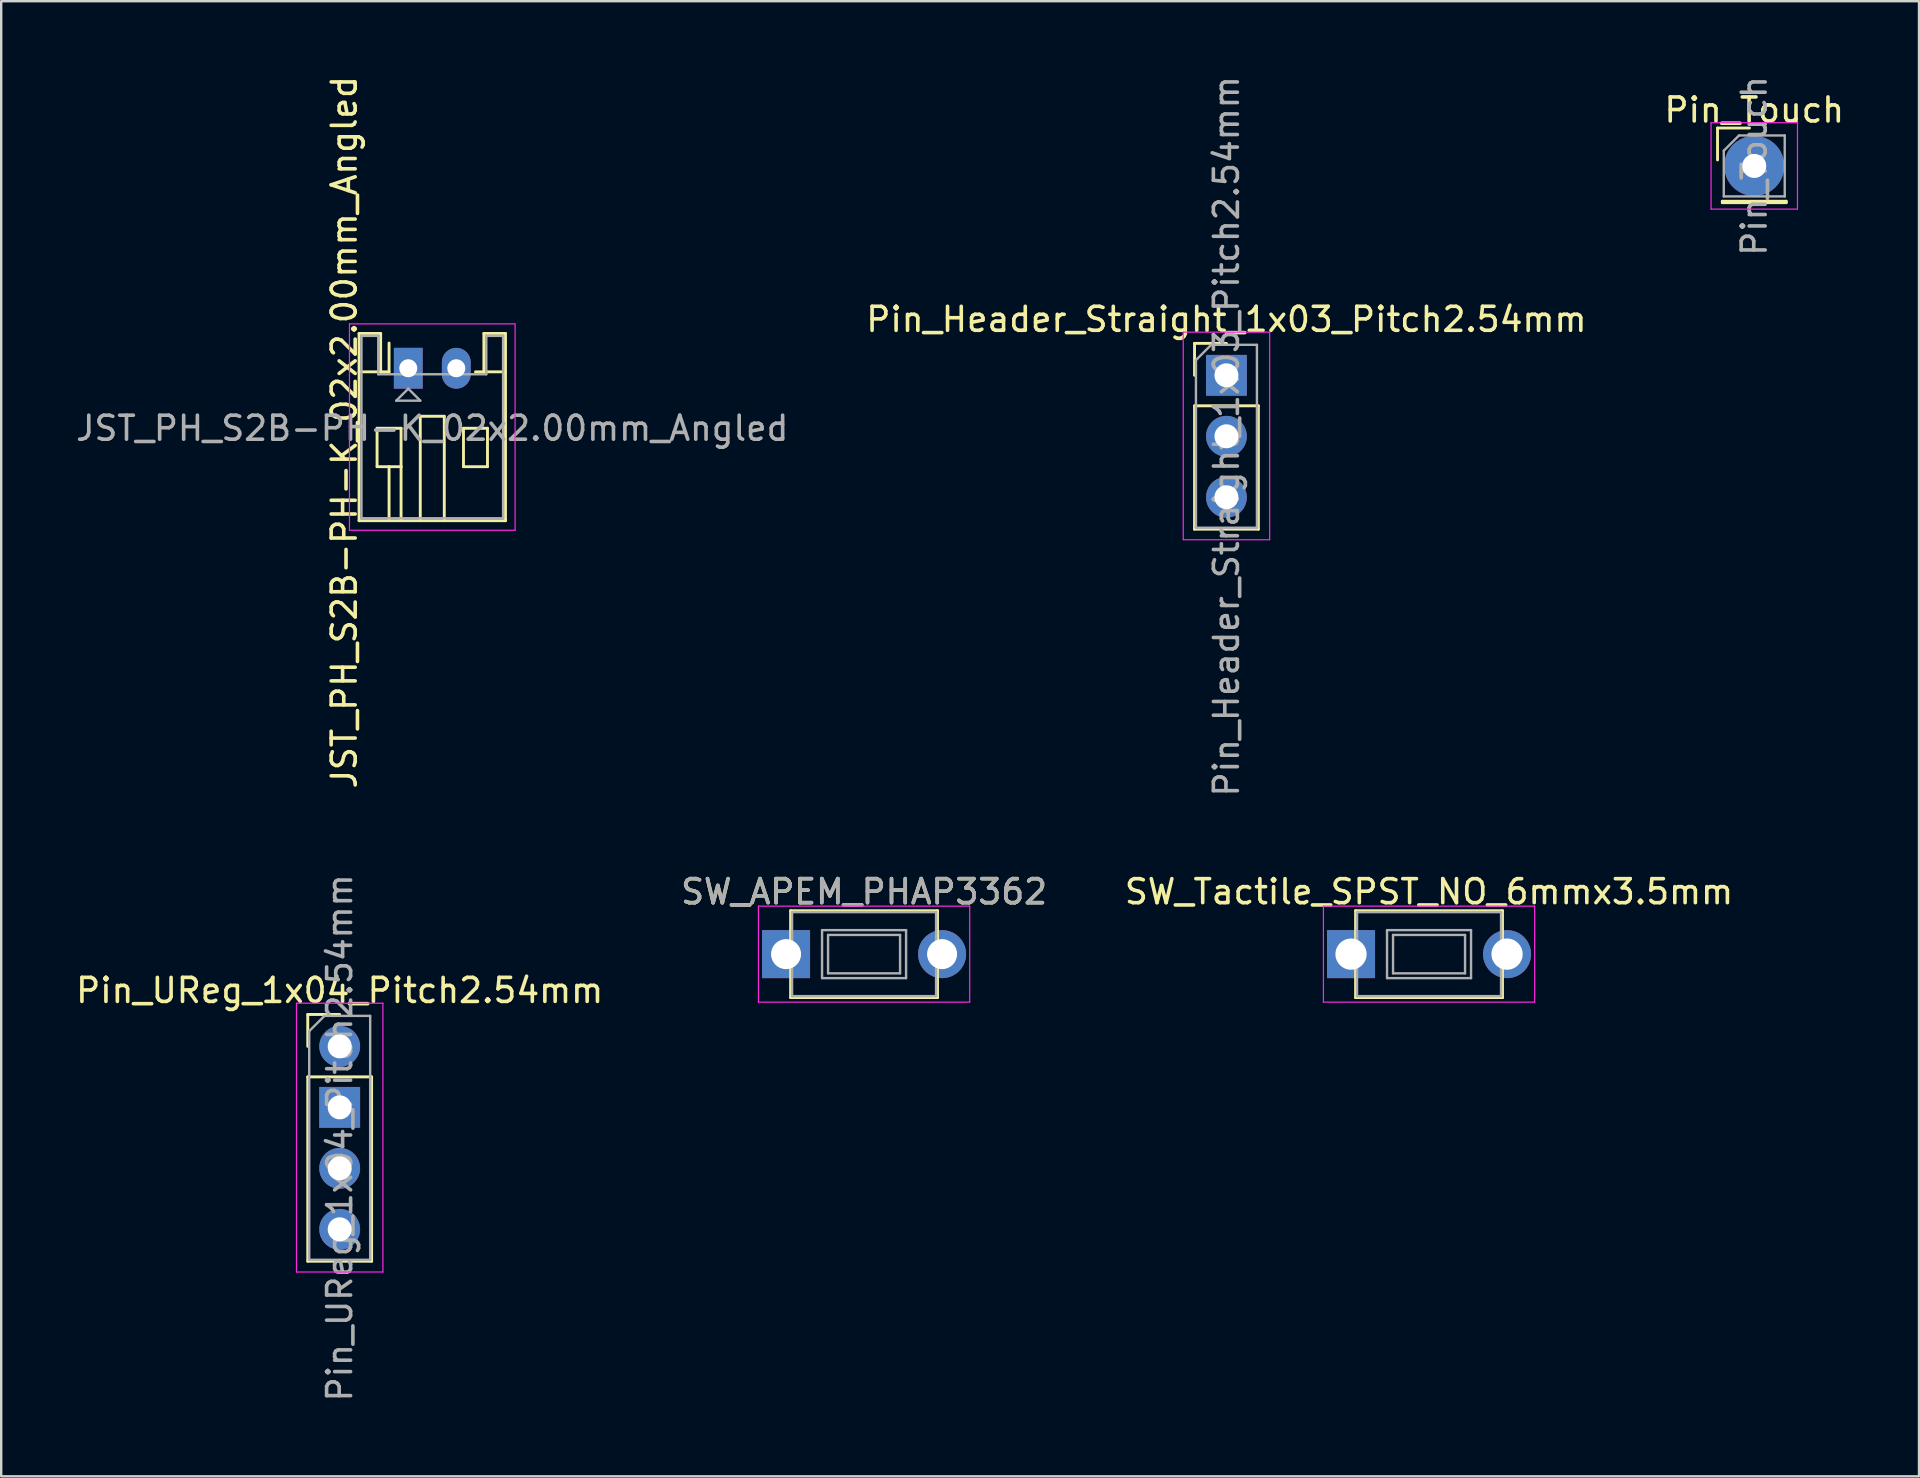
<source format=kicad_pcb>
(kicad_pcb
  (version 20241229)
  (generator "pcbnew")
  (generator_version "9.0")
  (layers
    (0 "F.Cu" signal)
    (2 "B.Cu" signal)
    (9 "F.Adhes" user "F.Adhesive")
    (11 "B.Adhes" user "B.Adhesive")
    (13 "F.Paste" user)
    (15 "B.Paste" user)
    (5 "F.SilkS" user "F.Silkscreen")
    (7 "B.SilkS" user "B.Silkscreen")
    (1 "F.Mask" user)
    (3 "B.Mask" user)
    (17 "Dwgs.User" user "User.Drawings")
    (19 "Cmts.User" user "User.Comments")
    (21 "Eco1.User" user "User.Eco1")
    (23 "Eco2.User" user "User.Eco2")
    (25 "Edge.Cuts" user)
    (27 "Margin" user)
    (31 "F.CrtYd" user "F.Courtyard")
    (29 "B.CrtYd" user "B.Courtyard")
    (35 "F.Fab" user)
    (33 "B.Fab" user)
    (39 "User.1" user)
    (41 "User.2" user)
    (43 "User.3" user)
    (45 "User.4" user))
  (footprint "SW_APEM_PHAP3362"
    (layer "F.Cu")
    (at 32.946 36.698)
    (property "Reference" "SW_APEM_PHAP3362" (at 0 -2.6 0) (layer "F.SilkS") (effects (font (size 1 1) (thickness 0.15))))
    (attr smd)
    (fp_line (start -3.06 -1.81) (end 3.06 -1.81) (stroke (width 0.12) (type solid)) (layer "F.SilkS"))
    (fp_line (start -3.06 1.81) (end -3.06 -1.81) (stroke (width 0.12) (type solid)) (layer "F.SilkS"))
    (fp_line (start 3.06 -1.81) (end 3.06 1.81) (stroke (width 0.12) (type solid)) (layer "F.SilkS"))
    (fp_line (start 3.06 1.81) (end -3.06 1.81) (stroke (width 0.12) (type solid)) (layer "F.SilkS"))
    (fp_line (start -4.4 -2) (end -4.4 2) (stroke (width 0.05) (type solid)) (layer "F.CrtYd"))
    (fp_line (start -4.4 -2) (end 4.4 -2) (stroke (width 0.05) (type solid)) (layer "F.CrtYd"))
    (fp_line (start -4.4 2) (end 4.4 2) (stroke (width 0.05) (type solid)) (layer "F.CrtYd"))
    (fp_line (start 4.4 -2) (end 4.4 2) (stroke (width 0.05) (type solid)) (layer "F.CrtYd"))
    (fp_line (start -3 -1.75) (end -3 1.75) (stroke (width 0.1) (type solid)) (layer "F.Fab"))
    (fp_line (start -3 -1.75) (end 3 -1.75) (stroke (width 0.1) (type solid)) (layer "F.Fab"))
    (fp_line (start -3 1.75) (end 3 1.75) (stroke (width 0.1) (type solid)) (layer "F.Fab"))
    (fp_line (start -1.75 -1) (end 1.75 -1) (stroke (width 0.1) (type solid)) (layer "F.Fab"))
    (fp_line (start -1.75 1) (end -1.75 -1) (stroke (width 0.1) (type solid)) (layer "F.Fab"))
    (fp_line (start -1.5 -0.8) (end -1.5 0.8) (stroke (width 0.1) (type solid)) (layer "F.Fab"))
    (fp_line (start -1.5 -0.8) (end 1.5 -0.8) (stroke (width 0.1) (type solid)) (layer "F.Fab"))
    (fp_line (start -1.5 0.8) (end 1.5 0.8) (stroke (width 0.1) (type solid)) (layer "F.Fab"))
    (fp_line (start 1.5 -0.8) (end 1.5 0.8) (stroke (width 0.1) (type solid)) (layer "F.Fab"))
    (fp_line (start 1.75 -1) (end 1.75 1) (stroke (width 0.1) (type solid)) (layer "F.Fab"))
    (fp_line (start 1.75 1) (end -1.75 1) (stroke (width 0.1) (type solid)) (layer "F.Fab"))
    (fp_line (start 3 -1.75) (end 3 1.75) (stroke (width 0.1) (type solid)) (layer "F.Fab"))
    (fp_text user "${REFERENCE}" (at 0 -2.6 0) (layer "F.Fab") (effects (font (size 1 1) (thickness 0.15))))
    (pad "1" thru_hole rect (at -3.25 0) (size 2 2) (drill 1.25) (layers "*.Cu" "*.Mask"))
    (pad "2" thru_hole circle (at 3.25 0) (size 2 2) (drill 1.25) (layers "*.Cu" "*.Mask")))
  (footprint "Pin_UReg_1x04_Pitch2.54mm"
    (layer "F.Cu")
    (at 11.101 40.541)
    (property "Reference" "Pin_UReg_1x04_Pitch2.54mm" (at 0 -2.33 0) (layer "F.SilkS") (effects (font (size 1 1) (thickness 0.15))))
    (attr through_hole)
    (fp_line (start -1.33 -1.33) (end 0 -1.33) (stroke (width 0.12) (type solid)) (layer "F.SilkS"))
    (fp_line (start -1.33 0) (end -1.33 -1.33) (stroke (width 0.12) (type solid)) (layer "F.SilkS"))
    (fp_line (start -1.33 1.27) (end -1.33 8.95) (stroke (width 0.12) (type solid)) (layer "F.SilkS"))
    (fp_line (start -1.33 1.27) (end 1.33 1.27) (stroke (width 0.12) (type solid)) (layer "F.SilkS"))
    (fp_line (start -1.33 8.95) (end 1.33 8.95) (stroke (width 0.12) (type solid)) (layer "F.SilkS"))
    (fp_line (start 1.33 1.27) (end 1.33 8.95) (stroke (width 0.12) (type solid)) (layer "F.SilkS"))
    (fp_line (start -1.8 -1.8) (end -1.8 9.4) (stroke (width 0.05) (type solid)) (layer "F.CrtYd"))
    (fp_line (start -1.8 9.4) (end 1.8 9.4) (stroke (width 0.05) (type solid)) (layer "F.CrtYd"))
    (fp_line (start 1.8 -1.8) (end -1.8 -1.8) (stroke (width 0.05) (type solid)) (layer "F.CrtYd"))
    (fp_line (start 1.8 9.4) (end 1.8 -1.8) (stroke (width 0.05) (type solid)) (layer "F.CrtYd"))
    (fp_line (start -1.27 -0.635) (end -0.635 -1.27) (stroke (width 0.1) (type solid)) (layer "F.Fab"))
    (fp_line (start -1.27 8.89) (end -1.27 -0.635) (stroke (width 0.1) (type solid)) (layer "F.Fab"))
    (fp_line (start -0.635 -1.27) (end 1.27 -1.27) (stroke (width 0.1) (type solid)) (layer "F.Fab"))
    (fp_line (start 1.27 -1.27) (end 1.27 8.89) (stroke (width 0.1) (type solid)) (layer "F.Fab"))
    (fp_line (start 1.27 8.89) (end -1.27 8.89) (stroke (width 0.1) (type solid)) (layer "F.Fab"))
    (fp_text user "${REFERENCE}" (at 0 3.81 90) (layer "F.Fab") (effects (font (size 1 1) (thickness 0.15))))
    (pad "1" thru_hole oval (at 0 0) (size 1.7 1.7) (drill 1) (layers "*.Cu" "*.Mask"))
    (pad "2" thru_hole rect (at 0 2.54) (size 1.7 1.7) (drill 1) (layers "*.Cu" "*.Mask"))
    (pad "3" thru_hole oval (at 0 5.08) (size 1.7 1.7) (drill 1) (layers "*.Cu" "*.Mask"))
    (pad "4" thru_hole oval (at 0 7.62) (size 1.7 1.7) (drill 1) (layers "*.Cu" "*.Mask")))
  (footprint "JST_PH_S2B-PH-K_02x2.00mm_Angled"
    (layer "F.Cu")
    (at 13.958 12.291)
    (property "Reference" "JST_PH_S2B-PH-K_02x2.00mm_Angled" (at -2.667 2.667 90) (layer "F.SilkS") (effects (font (size 1 1) (thickness 0.15))))
    (attr through_hole)
    (fp_line (start -2.05 -1.45) (end -2.05 6.35) (stroke (width 0.12) (type solid)) (layer "F.SilkS"))
    (fp_line (start -2.05 0.15) (end -1.15 0.15) (stroke (width 0.12) (type solid)) (layer "F.SilkS"))
    (fp_line (start -2.05 6.35) (end 4.05 6.35) (stroke (width 0.12) (type solid)) (layer "F.SilkS"))
    (fp_line (start -1.3 2.5) (end -1.3 4.1) (stroke (width 0.12) (type solid)) (layer "F.SilkS"))
    (fp_line (start -1.3 4.1) (end -0.3 4.1) (stroke (width 0.12) (type solid)) (layer "F.SilkS"))
    (fp_line (start -1.15 -1.45) (end -2.05 -1.45) (stroke (width 0.12) (type solid)) (layer "F.SilkS"))
    (fp_line (start -1.15 0.15) (end -1.15 -1.45) (stroke (width 0.12) (type solid)) (layer "F.SilkS"))
    (fp_line (start -0.8 0.15) (end -1.15 0.15) (stroke (width 0.12) (type solid)) (layer "F.SilkS"))
    (fp_line (start -0.8 0.15) (end -0.8 -1.05) (stroke (width 0.12) (type solid)) (layer "F.SilkS"))
    (fp_line (start -0.8 4.1) (end -0.8 6.35) (stroke (width 0.12) (type solid)) (layer "F.SilkS"))
    (fp_line (start -0.3 2.5) (end -1.3 2.5) (stroke (width 0.12) (type solid)) (layer "F.SilkS"))
    (fp_line (start -0.3 4.1) (end -0.3 2.5) (stroke (width 0.12) (type solid)) (layer "F.SilkS"))
    (fp_line (start -0.3 4.1) (end -0.3 6.35) (stroke (width 0.12) (type solid)) (layer "F.SilkS"))
    (fp_line (start 0.5 2) (end 1.5 2) (stroke (width 0.12) (type solid)) (layer "F.SilkS"))
    (fp_line (start 0.5 6.35) (end 0.5 2) (stroke (width 0.12) (type solid)) (layer "F.SilkS"))
    (fp_line (start 1.5 2) (end 1.5 6.35) (stroke (width 0.12) (type solid)) (layer "F.SilkS"))
    (fp_line (start 2.3 2.5) (end 3.3 2.5) (stroke (width 0.12) (type solid)) (layer "F.SilkS"))
    (fp_line (start 2.3 4.1) (end 2.3 2.5) (stroke (width 0.12) (type solid)) (layer "F.SilkS"))
    (fp_line (start 3.15 -1.45) (end 3.15 0.15) (stroke (width 0.12) (type solid)) (layer "F.SilkS"))
    (fp_line (start 3.15 0.15) (end 2.8 0.15) (stroke (width 0.12) (type solid)) (layer "F.SilkS"))
    (fp_line (start 3.3 2.5) (end 3.3 4.1) (stroke (width 0.12) (type solid)) (layer "F.SilkS"))
    (fp_line (start 3.3 4.1) (end 2.3 4.1) (stroke (width 0.12) (type solid)) (layer "F.SilkS"))
    (fp_line (start 4.05 -1.45) (end 3.15 -1.45) (stroke (width 0.12) (type solid)) (layer "F.SilkS"))
    (fp_line (start 4.05 0.15) (end 3.15 0.15) (stroke (width 0.12) (type solid)) (layer "F.SilkS"))
    (fp_line (start 4.05 6.35) (end 4.05 -1.45) (stroke (width 0.12) (type solid)) (layer "F.SilkS"))
    (fp_line (start -2.45 -1.85) (end -2.45 6.75) (stroke (width 0.05) (type solid)) (layer "F.CrtYd"))
    (fp_line (start -2.45 6.75) (end 4.45 6.75) (stroke (width 0.05) (type solid)) (layer "F.CrtYd"))
    (fp_line (start 4.45 -1.85) (end -2.45 -1.85) (stroke (width 0.05) (type solid)) (layer "F.CrtYd"))
    (fp_line (start 4.45 6.75) (end 4.45 -1.85) (stroke (width 0.05) (type solid)) (layer "F.CrtYd"))
    (fp_line (start -1.95 -1.35) (end -1.95 6.25) (stroke (width 0.1) (type solid)) (layer "F.Fab"))
    (fp_line (start -1.95 6.25) (end 3.95 6.25) (stroke (width 0.1) (type solid)) (layer "F.Fab"))
    (fp_line (start -1.25 -1.35) (end -1.95 -1.35) (stroke (width 0.1) (type solid)) (layer "F.Fab"))
    (fp_line (start -1.25 0.25) (end -1.25 -1.35) (stroke (width 0.1) (type solid)) (layer "F.Fab"))
    (fp_line (start -0.5 1.35) (end 0.5 1.35) (stroke (width 0.1) (type solid)) (layer "F.Fab"))
    (fp_line (start 0 0.85) (end -0.5 1.35) (stroke (width 0.1) (type solid)) (layer "F.Fab"))
    (fp_line (start 0.5 1.35) (end 0 0.85) (stroke (width 0.1) (type solid)) (layer "F.Fab"))
    (fp_line (start 3.25 -1.35) (end 3.25 0.25) (stroke (width 0.1) (type solid)) (layer "F.Fab"))
    (fp_line (start 3.25 0.25) (end -1.25 0.25) (stroke (width 0.1) (type solid)) (layer "F.Fab"))
    (fp_line (start 3.95 -1.35) (end 3.25 -1.35) (stroke (width 0.1) (type solid)) (layer "F.Fab"))
    (fp_line (start 3.95 6.25) (end 3.95 -1.35) (stroke (width 0.1) (type solid)) (layer "F.Fab"))
    (fp_text user "${REFERENCE}" (at 1 2.5 0) (layer "F.Fab") (effects (font (size 1 1) (thickness 0.15))))
    (pad "1" thru_hole rect (at 0 0) (size 1.2 1.7) (drill 0.75) (layers "*.Cu" "*.Mask"))
    (pad "2" thru_hole oval (at 2 0) (size 1.2 1.7) (drill 0.75) (layers "*.Cu" "*.Mask")))
  (footprint "Pin_Touch"
    (layer "F.Cu")
    (at 70.03 3.863)
    (property "Reference" "Pin_Touch" (at 0 -2.33 0) (layer "F.SilkS") (effects (font (size 1 1) (thickness 0.15))))
    (attr through_hole)
    (fp_line (start -1.53 -1.58) (end -0.2 -1.58) (stroke (width 0.12) (type solid)) (layer "F.SilkS"))
    (fp_line (start -1.53 -0.25) (end -1.53 -1.58) (stroke (width 0.12) (type solid)) (layer "F.SilkS"))
    (fp_line (start -1.33 1.47) (end -1.33 1.53) (stroke (width 0.12) (type solid)) (layer "F.SilkS"))
    (fp_line (start -1.33 1.47) (end 1.33 1.47) (stroke (width 0.12) (type solid)) (layer "F.SilkS"))
    (fp_line (start -1.33 1.53) (end 1.33 1.53) (stroke (width 0.12) (type solid)) (layer "F.SilkS"))
    (fp_line (start 1.33 1.47) (end 1.33 1.53) (stroke (width 0.12) (type solid)) (layer "F.SilkS"))
    (fp_line (start -1.8 -1.8) (end -1.8 1.8) (stroke (width 0.05) (type solid)) (layer "F.CrtYd"))
    (fp_line (start -1.8 1.8) (end 1.8 1.8) (stroke (width 0.05) (type solid)) (layer "F.CrtYd"))
    (fp_line (start 1.8 -1.8) (end -1.8 -1.8) (stroke (width 0.05) (type solid)) (layer "F.CrtYd"))
    (fp_line (start 1.8 1.8) (end 1.8 -1.8) (stroke (width 0.05) (type solid)) (layer "F.CrtYd"))
    (fp_line (start -1.27 -0.635) (end -0.635 -1.27) (stroke (width 0.1) (type solid)) (layer "F.Fab"))
    (fp_line (start -1.27 1.27) (end -1.27 -0.635) (stroke (width 0.1) (type solid)) (layer "F.Fab"))
    (fp_line (start -0.635 -1.27) (end 1.27 -1.27) (stroke (width 0.1) (type solid)) (layer "F.Fab"))
    (fp_line (start 1.27 -1.27) (end 1.27 1.27) (stroke (width 0.1) (type solid)) (layer "F.Fab"))
    (fp_line (start 1.27 1.27) (end -1.27 1.27) (stroke (width 0.1) (type solid)) (layer "F.Fab"))
    (fp_text user "${REFERENCE}" (at 0 0 90) (layer "F.Fab") (effects (font (size 1 1) (thickness 0.15))))
    (pad "1" thru_hole circle (at 0 0) (size 2.5 2.5) (drill 1) (layers "*.Cu" "*.Mask")))
  (footprint "SW_Tactile_SPST_NO_6mmx3.5mm"
    (layer "F.Cu")
    (at 56.482 36.698)
    (property "Reference" "SW_Tactile_SPST_NO_6mmx3.5mm" (at 0 -2.6 0) (layer "F.SilkS") (effects (font (size 1 1) (thickness 0.15))))
    (attr smd)
    (fp_line (start -3.06 -1.81) (end 3.06 -1.81) (stroke (width 0.12) (type solid)) (layer "F.SilkS"))
    (fp_line (start -3.06 1.81) (end -3.06 -1.81) (stroke (width 0.12) (type solid)) (layer "F.SilkS"))
    (fp_line (start 3.06 -1.81) (end 3.06 1.81) (stroke (width 0.12) (type solid)) (layer "F.SilkS"))
    (fp_line (start 3.06 1.81) (end -3.06 1.81) (stroke (width 0.12) (type solid)) (layer "F.SilkS"))
    (fp_line (start -4.4 -2) (end -4.4 2) (stroke (width 0.05) (type solid)) (layer "F.CrtYd"))
    (fp_line (start -4.4 -2) (end 4.4 -2) (stroke (width 0.05) (type solid)) (layer "F.CrtYd"))
    (fp_line (start -4.4 2) (end 4.4 2) (stroke (width 0.05) (type solid)) (layer "F.CrtYd"))
    (fp_line (start 4.4 -2) (end 4.4 2) (stroke (width 0.05) (type solid)) (layer "F.CrtYd"))
    (fp_line (start -3 -1.75) (end -3 1.75) (stroke (width 0.1) (type solid)) (layer "F.Fab"))
    (fp_line (start -3 -1.75) (end 3 -1.75) (stroke (width 0.1) (type solid)) (layer "F.Fab"))
    (fp_line (start -3 1.75) (end 3 1.75) (stroke (width 0.1) (type solid)) (layer "F.Fab"))
    (fp_line (start -1.75 -1) (end 1.75 -1) (stroke (width 0.1) (type solid)) (layer "F.Fab"))
    (fp_line (start -1.75 1) (end -1.75 -1) (stroke (width 0.1) (type solid)) (layer "F.Fab"))
    (fp_line (start -1.5 -0.8) (end -1.5 0.8) (stroke (width 0.1) (type solid)) (layer "F.Fab"))
    (fp_line (start -1.5 -0.8) (end 1.5 -0.8) (stroke (width 0.1) (type solid)) (layer "F.Fab"))
    (fp_line (start -1.5 0.8) (end 1.5 0.8) (stroke (width 0.1) (type solid)) (layer "F.Fab"))
    (fp_line (start 1.5 -0.8) (end 1.5 0.8) (stroke (width 0.1) (type solid)) (layer "F.Fab"))
    (fp_line (start 1.75 -1) (end 1.75 1) (stroke (width 0.1) (type solid)) (layer "F.Fab"))
    (fp_line (start 1.75 1) (end -1.75 1) (stroke (width 0.1) (type solid)) (layer "F.Fab"))
    (fp_line (start 3 -1.75) (end 3 1.75) (stroke (width 0.1) (type solid)) (layer "F.Fab"))
    (pad "1" thru_hole rect (at -3.25 0) (size 2 2) (drill 1.3) (layers "*.Cu" "*.Mask"))
    (pad "2" thru_hole circle (at 3.25 0) (size 2 2) (drill 1.3) (layers "*.Cu" "*.Mask")))
  (footprint "Pin_Header_Straight_1x03_Pitch2.54mm"
    (layer "F.Cu")
    (at 48.042 12.585)
    (property "Reference" "Pin_Header_Straight_1x03_Pitch2.54mm" (at 0 -2.33 0) (layer "F.SilkS") (effects (font (size 1 1) (thickness 0.15))))
    (attr through_hole)
    (fp_line (start -1.33 -1.33) (end 0 -1.33) (stroke (width 0.12) (type solid)) (layer "F.SilkS"))
    (fp_line (start -1.33 0) (end -1.33 -1.33) (stroke (width 0.12) (type solid)) (layer "F.SilkS"))
    (fp_line (start -1.33 1.27) (end -1.33 6.41) (stroke (width 0.12) (type solid)) (layer "F.SilkS"))
    (fp_line (start -1.33 1.27) (end 1.33 1.27) (stroke (width 0.12) (type solid)) (layer "F.SilkS"))
    (fp_line (start -1.33 6.41) (end 1.33 6.41) (stroke (width 0.12) (type solid)) (layer "F.SilkS"))
    (fp_line (start 1.33 1.27) (end 1.33 6.41) (stroke (width 0.12) (type solid)) (layer "F.SilkS"))
    (fp_line (start -1.8 -1.8) (end -1.8 6.85) (stroke (width 0.05) (type solid)) (layer "F.CrtYd"))
    (fp_line (start -1.8 6.85) (end 1.8 6.85) (stroke (width 0.05) (type solid)) (layer "F.CrtYd"))
    (fp_line (start 1.8 -1.8) (end -1.8 -1.8) (stroke (width 0.05) (type solid)) (layer "F.CrtYd"))
    (fp_line (start 1.8 6.85) (end 1.8 -1.8) (stroke (width 0.05) (type solid)) (layer "F.CrtYd"))
    (fp_line (start -1.27 -0.635) (end -0.635 -1.27) (stroke (width 0.1) (type solid)) (layer "F.Fab"))
    (fp_line (start -1.27 6.35) (end -1.27 -0.635) (stroke (width 0.1) (type solid)) (layer "F.Fab"))
    (fp_line (start -0.635 -1.27) (end 1.27 -1.27) (stroke (width 0.1) (type solid)) (layer "F.Fab"))
    (fp_line (start 1.27 -1.27) (end 1.27 6.35) (stroke (width 0.1) (type solid)) (layer "F.Fab"))
    (fp_line (start 1.27 6.35) (end -1.27 6.35) (stroke (width 0.1) (type solid)) (layer "F.Fab"))
    (fp_text user "${REFERENCE}" (at 0 2.54 90) (layer "F.Fab") (effects (font (size 1 1) (thickness 0.15))))
    (pad "1" thru_hole rect (at 0 0) (size 1.7 1.7) (drill 1) (layers "*.Cu" "*.Mask"))
    (pad "2" thru_hole oval (at 0 2.54) (size 1.7 1.7) (drill 1) (layers "*.Cu" "*.Mask"))
    (pad "3" thru_hole oval (at 0 5.08) (size 1.7 1.7) (drill 1) (layers "*.Cu" "*.Mask")))
  (gr_rect
    (start -3 -3)
    (end 76.893 58.452)
    (stroke (width 0.1) (type default))
    (fill no)
    (layer "Edge.Cuts")))
</source>
